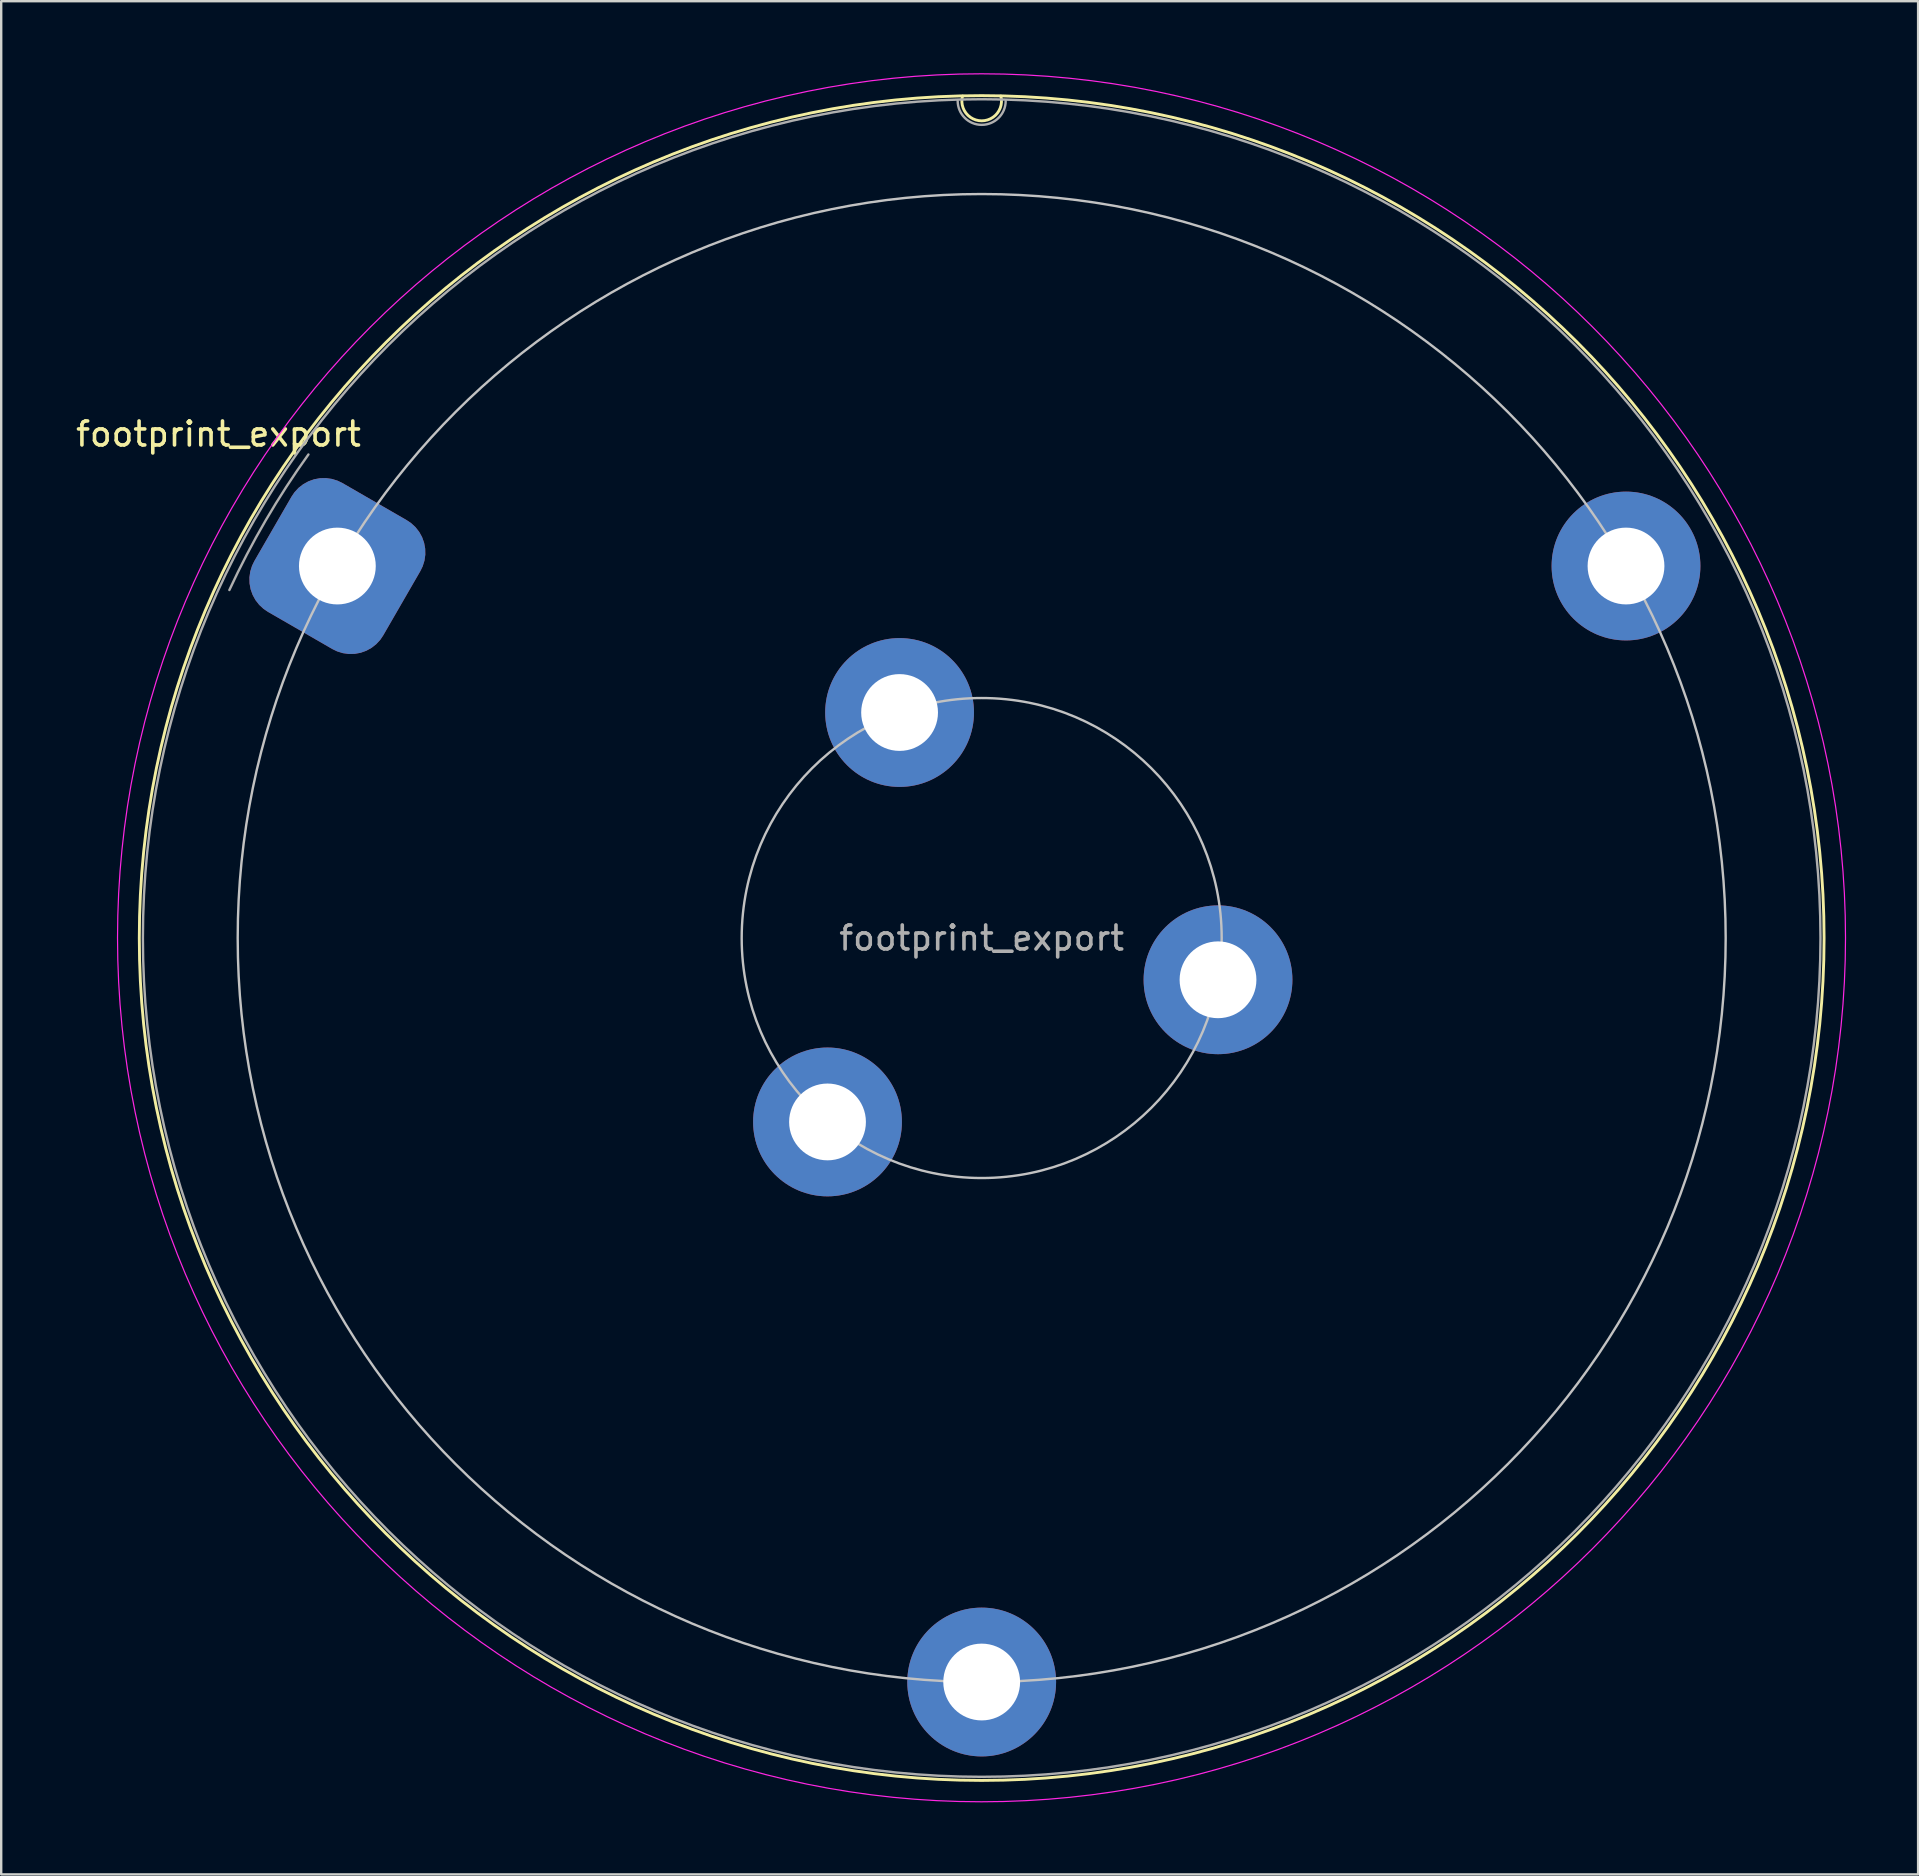
<source format=kicad_pcb>
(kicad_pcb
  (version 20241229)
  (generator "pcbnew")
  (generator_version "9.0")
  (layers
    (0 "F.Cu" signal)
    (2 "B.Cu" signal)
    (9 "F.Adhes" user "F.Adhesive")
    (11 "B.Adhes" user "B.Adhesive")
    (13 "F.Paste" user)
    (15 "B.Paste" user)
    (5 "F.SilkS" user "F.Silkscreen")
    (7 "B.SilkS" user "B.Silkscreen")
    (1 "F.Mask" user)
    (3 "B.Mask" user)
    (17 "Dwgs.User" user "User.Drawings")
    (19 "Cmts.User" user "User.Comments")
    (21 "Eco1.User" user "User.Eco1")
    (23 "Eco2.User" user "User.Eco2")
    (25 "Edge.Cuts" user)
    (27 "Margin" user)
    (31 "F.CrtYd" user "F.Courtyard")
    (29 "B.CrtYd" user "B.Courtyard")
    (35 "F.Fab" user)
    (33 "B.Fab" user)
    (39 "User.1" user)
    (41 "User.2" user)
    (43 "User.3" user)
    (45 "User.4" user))
  (footprint "footprint_export"
    (layer "F.Cu")
    (at 11.007 20.535)
    (property "Reference" "footprint_export" (at -4.953 -5.5 0) (layer "F.SilkS") (effects (font (size 1 1) (thickness 0.15))))
    (attr through_hole)
    (fp_arc (start 27.646929 -19.582912) (mid 26.846929 -18.550244) (end 26.046929 -19.582912) (stroke (width 0.12) (type solid)) (layer "F.SilkS"))
    (fp_circle (center 26.847 15.5) (end 61.947 15.5) (stroke (width 0.12) (type solid)) (fill no) (layer "F.SilkS"))
    (fp_circle (center 26.847 15.5) (end 36.847 15.5) (stroke (width 0.1) (type solid)) (fill no) (layer "Dwgs.User"))
    (fp_circle (center 26.847 15.5) (end 57.847 15.5) (stroke (width 0.1) (type solid)) (fill no) (layer "Dwgs.User"))
    (fp_circle (center 26.84 15.49) (end 62.84 15.49) (stroke (width 0.05) (type solid)) (fill no) (layer "F.CrtYd"))
    (fp_arc (start -4.499999 1) (mid -2.986804 -1.902003) (end -1.205717 -4.647747) (stroke (width 0.1) (type default)) (layer "F.Fab"))
    (fp_arc (start 27.846929 -19.382912) (mid 26.846929 -18.382912) (end 25.846929 -19.382912) (stroke (width 0.1) (type solid)) (layer "F.Fab"))
    (fp_circle (center 26.847 15.5) (end 61.797 15.5) (stroke (width 0.1) (type solid)) (fill no) (layer "F.Fab"))
    (fp_text user "${REFERENCE}" (at 26.847 15.5 0) (layer "F.Fab") (effects (font (size 1 1) (thickness 0.15))))
    (pad "1" thru_hole roundrect (at 0 0 60) (size 6.2 6.2) (drill 3.2) (layers "*.Cu" "*.Mask") (roundrect_rratio 0.25))
    (pad "2" thru_hole circle (at 20.423 23.163) (size 6.2 6.2) (drill 3.2) (layers "*.Cu" "*.Mask"))
    (pad "3" thru_hole circle (at 26.847 46.5) (size 6.2 6.2) (drill 3.2) (layers "*.Cu" "*.Mask"))
    (pad "4" thru_hole circle (at 36.694 17.24) (size 6.2 6.2) (drill 3.2) (layers "*.Cu" "*.Mask"))
    (pad "5" thru_hole circle (at 53.694 -0.00036) (size 6.2 6.2) (drill 3.2) (layers "*.Cu" "*.Mask"))
    (pad "6" thru_hole circle (at 23.426 6.103) (size 6.2 6.2) (drill 3.2) (layers "*.Cu" "*.Mask")))
  (gr_rect
    (start -3 -3)
    (end 76.872 75.05)
    (stroke (width 0.1) (type default))
    (fill no)
    (layer "Edge.Cuts")))
</source>
